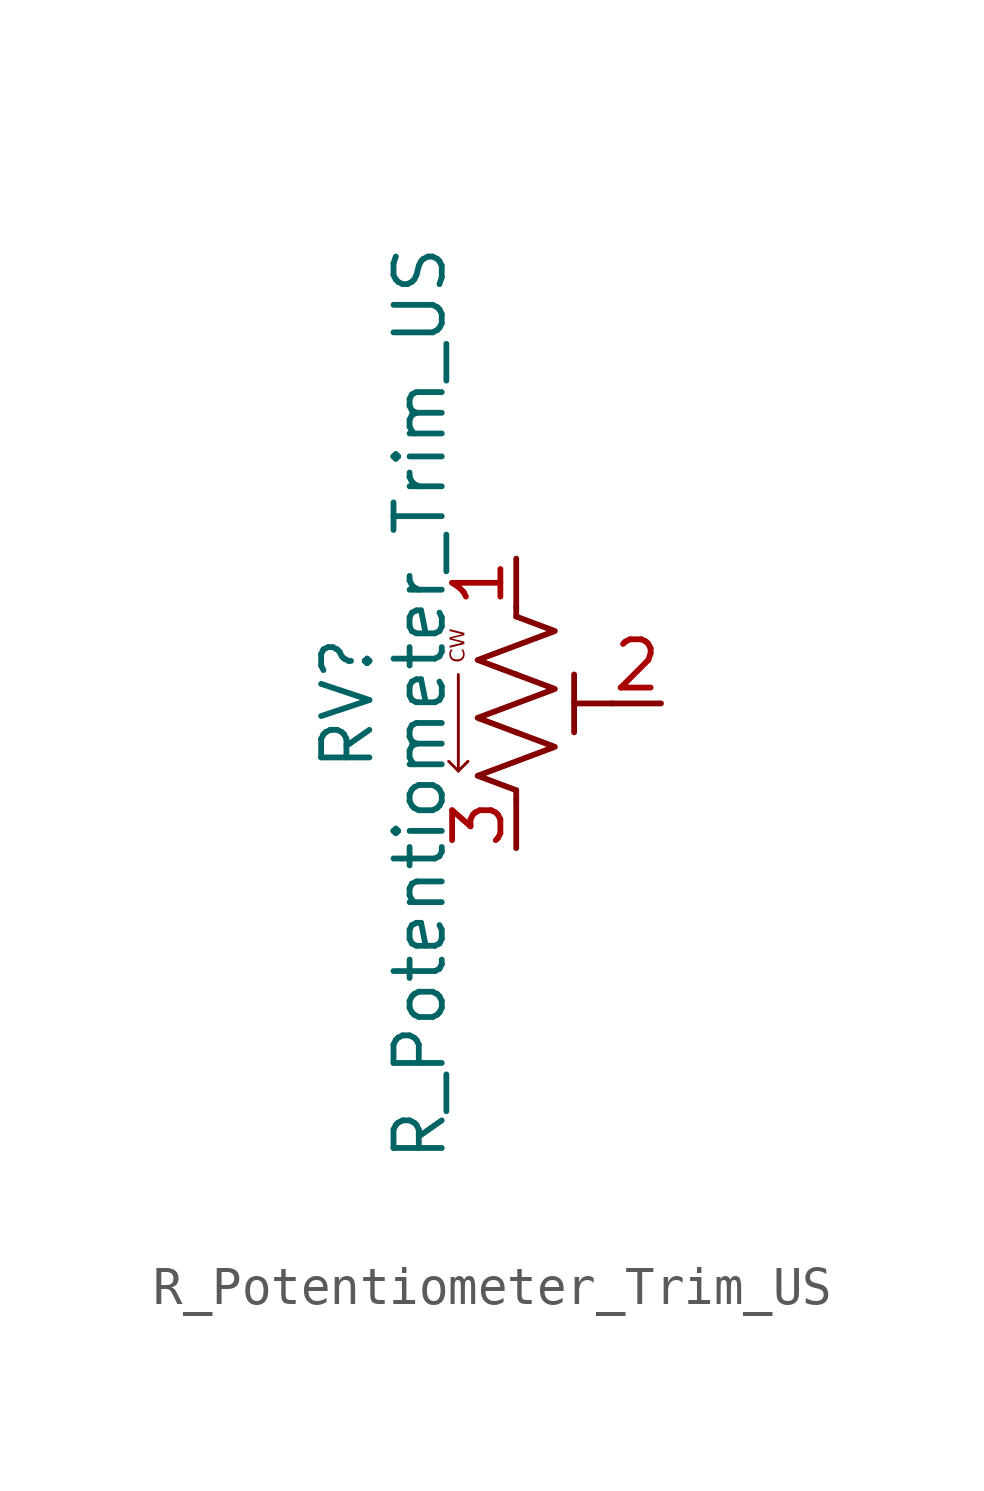
<source format=kicad_sym>
(kicad_symbol_lib
  (version 20241209)
  (generator "kicad_symbol_editor")
  (generator_version "9.0")
  (symbol "R_Potentiometer_Trim_US"
    (pin_names
      (offset 1.016)
      (hide yes))
    (property "Reference" "RV"
      (at -4.445 0 90)
      (effects (font (size 1.27 1.27))))
    (property "Value" "R_Potentiometer_Trim_US"
      (at -2.54 0 90)
      (effects (font (size 1.27 1.27))))
    (symbol "R_Potentiometer_Trim_US_0_1"
      (polyline (pts (xy -1.524 -1.778) (xy -1.778 -1.524)) (stroke (width 0.076) (type default)) (fill (type none)))
      (polyline (pts (xy -1.524 -1.778) (xy -1.27 -1.524)) (stroke (width 0.076) (type default)) (fill (type none)))
      (polyline (pts (xy 0 2.286) (xy 0 2.54)) (stroke (width 0) (type default)) (fill (type none)))
      (polyline (pts (xy 0 2.286) (xy 1.016 1.905) (xy 0 1.524) (xy -1.016 1.143) (xy 0 0.762)) (stroke (width 0) (type default)) (fill (type none)))
      (polyline (pts (xy 0 0.762) (xy 1.016 0.381) (xy 0 0) (xy -1.016 -0.381) (xy 0 -0.762)) (stroke (width 0) (type default)) (fill (type none)))
      (polyline (pts (xy 0 -0.762) (xy 1.016 -1.143) (xy 0 -1.524) (xy -1.016 -1.905) (xy 0 -2.286)) (stroke (width 0) (type default)) (fill (type none)))
      (polyline (pts (xy 0 -2.286) (xy 0 -2.54)) (stroke (width 0) (type default)) (fill (type none)))
      (polyline (pts (xy 1.524 0.762) (xy 1.524 -0.762)) (stroke (width 0) (type default)) (fill (type none)))
      (polyline (pts (xy 2.54 0) (xy 1.524 0)) (stroke (width 0) (type default)) (fill (type none))))
    (symbol "R_Potentiometer_Trim_US_1_1"
      (polyline (pts (xy -1.524 -1.778) (xy -1.524 0.762)) (stroke (width 0.076) (type default)) (fill (type none)))
      (text "CW\n" (at -1.524 1.524 900) (effects (font (face "Arial") (size 0.381 0.381))))
      (pin passive line (at 0 3.81 270) (length 1.27) (name "1" (effects (font (size 1.27 1.27)))) (number "1" (effects (font (size 1.27 1.27)))))
      (pin passive line (at 0 -3.81 90) (length 1.27) (name "3" (effects (font (size 1.27 1.27)))) (number "3" (effects (font (size 1.27 1.27)))))
      (pin passive line (at 3.81 0 180) (length 1.27) (name "2" (effects (font (size 1.27 1.27)))) (number "2" (effects (font (size 1.27 1.27))))))))
</source>
